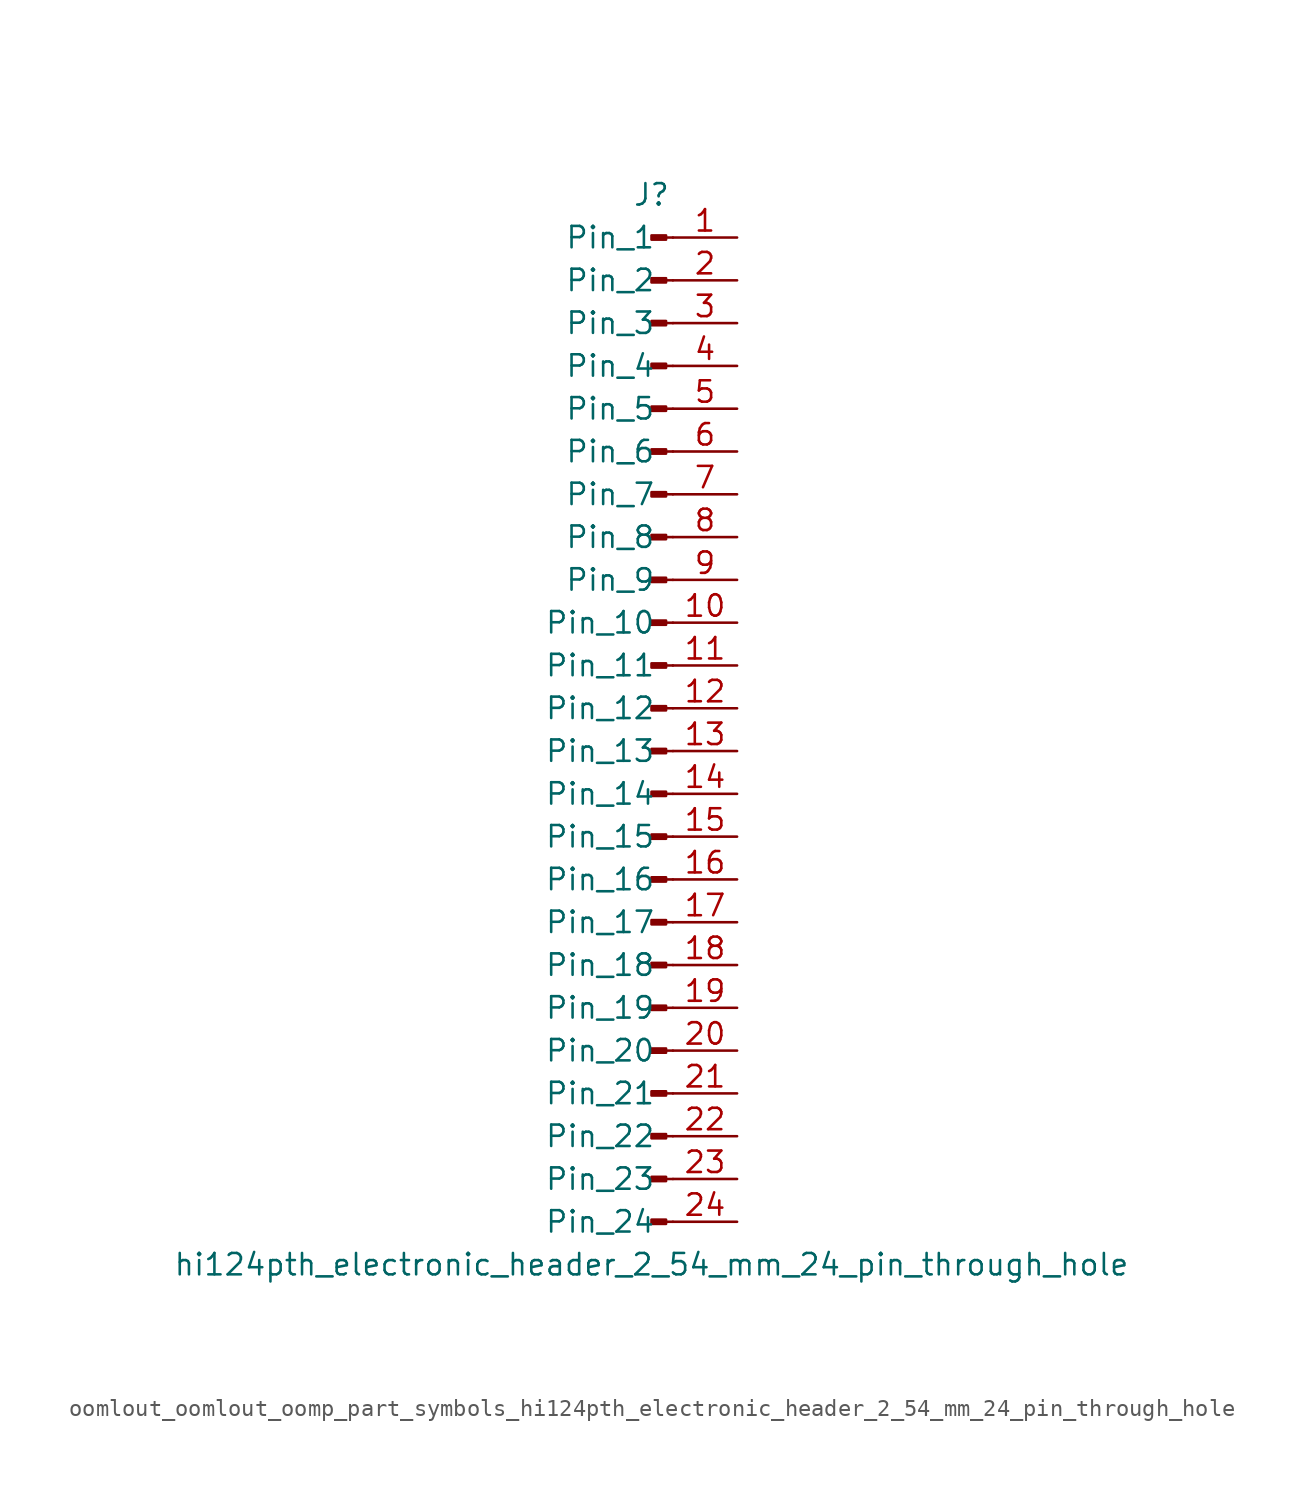
<source format=kicad_sym>
(kicad_symbol_lib
  (version 20220914)
  (generator kicad_symbol_editor)
  (symbol "oomlout_oomlout_oomp_part_symbols_hi124pth_electronic_header_2_54_mm_24_pin_through_hole"
    (pin_names
      (offset 1.016))
    (property "Reference" "J"
      (at 0 30.48 0)
      (effects (font (size 1.27 1.27))))
    (property "Value" "hi124pth_electronic_header_2_54_mm_24_pin_through_hole"
      (at 0 -33.02 0)
      (effects (font (size 1.27 1.27))))
    (property "ki_locked" ""
      (at 0 0 0)
      (effects (font (size 1.27 1.27))))
    (symbol "oomlout_oomlout_oomp_part_symbols_hi124pth_electronic_header_2_54_mm_24_pin_through_hole_1_1"
      (polyline (pts (xy 1.27 -30.48) (xy 0.864 -30.48)) (stroke (width 0.152) (type default)) (fill (type none)))
      (polyline (pts (xy 1.27 -27.94) (xy 0.864 -27.94)) (stroke (width 0.152) (type default)) (fill (type none)))
      (polyline (pts (xy 1.27 -25.4) (xy 0.864 -25.4)) (stroke (width 0.152) (type default)) (fill (type none)))
      (polyline (pts (xy 1.27 -22.86) (xy 0.864 -22.86)) (stroke (width 0.152) (type default)) (fill (type none)))
      (polyline (pts (xy 1.27 -20.32) (xy 0.864 -20.32)) (stroke (width 0.152) (type default)) (fill (type none)))
      (polyline (pts (xy 1.27 -17.78) (xy 0.864 -17.78)) (stroke (width 0.152) (type default)) (fill (type none)))
      (polyline (pts (xy 1.27 -15.24) (xy 0.864 -15.24)) (stroke (width 0.152) (type default)) (fill (type none)))
      (polyline (pts (xy 1.27 -12.7) (xy 0.864 -12.7)) (stroke (width 0.152) (type default)) (fill (type none)))
      (polyline (pts (xy 1.27 -10.16) (xy 0.864 -10.16)) (stroke (width 0.152) (type default)) (fill (type none)))
      (polyline (pts (xy 1.27 -7.62) (xy 0.864 -7.62)) (stroke (width 0.152) (type default)) (fill (type none)))
      (polyline (pts (xy 1.27 -5.08) (xy 0.864 -5.08)) (stroke (width 0.152) (type default)) (fill (type none)))
      (polyline (pts (xy 1.27 -2.54) (xy 0.864 -2.54)) (stroke (width 0.152) (type default)) (fill (type none)))
      (polyline (pts (xy 1.27 0) (xy 0.864 0)) (stroke (width 0.152) (type default)) (fill (type none)))
      (polyline (pts (xy 1.27 2.54) (xy 0.864 2.54)) (stroke (width 0.152) (type default)) (fill (type none)))
      (polyline (pts (xy 1.27 5.08) (xy 0.864 5.08)) (stroke (width 0.152) (type default)) (fill (type none)))
      (polyline (pts (xy 1.27 7.62) (xy 0.864 7.62)) (stroke (width 0.152) (type default)) (fill (type none)))
      (polyline (pts (xy 1.27 10.16) (xy 0.864 10.16)) (stroke (width 0.152) (type default)) (fill (type none)))
      (polyline (pts (xy 1.27 12.7) (xy 0.864 12.7)) (stroke (width 0.152) (type default)) (fill (type none)))
      (polyline (pts (xy 1.27 15.24) (xy 0.864 15.24)) (stroke (width 0.152) (type default)) (fill (type none)))
      (polyline (pts (xy 1.27 17.78) (xy 0.864 17.78)) (stroke (width 0.152) (type default)) (fill (type none)))
      (polyline (pts (xy 1.27 20.32) (xy 0.864 20.32)) (stroke (width 0.152) (type default)) (fill (type none)))
      (polyline (pts (xy 1.27 22.86) (xy 0.864 22.86)) (stroke (width 0.152) (type default)) (fill (type none)))
      (polyline (pts (xy 1.27 25.4) (xy 0.864 25.4)) (stroke (width 0.152) (type default)) (fill (type none)))
      (polyline (pts (xy 1.27 27.94) (xy 0.864 27.94)) (stroke (width 0.152) (type default)) (fill (type none)))
      (rectangle (start 0.864 -30.353) (end 0 -30.607) (stroke (width 0.152) (type default)) (fill (type outline)))
      (rectangle (start 0.864 -27.813) (end 0 -28.067) (stroke (width 0.152) (type default)) (fill (type outline)))
      (rectangle (start 0.864 -25.273) (end 0 -25.527) (stroke (width 0.152) (type default)) (fill (type outline)))
      (rectangle (start 0.864 -22.733) (end 0 -22.987) (stroke (width 0.152) (type default)) (fill (type outline)))
      (rectangle (start 0.864 -20.193) (end 0 -20.447) (stroke (width 0.152) (type default)) (fill (type outline)))
      (rectangle (start 0.864 -17.653) (end 0 -17.907) (stroke (width 0.152) (type default)) (fill (type outline)))
      (rectangle (start 0.864 -15.113) (end 0 -15.367) (stroke (width 0.152) (type default)) (fill (type outline)))
      (rectangle (start 0.864 -12.573) (end 0 -12.827) (stroke (width 0.152) (type default)) (fill (type outline)))
      (rectangle (start 0.864 -10.033) (end 0 -10.287) (stroke (width 0.152) (type default)) (fill (type outline)))
      (rectangle (start 0.864 -7.493) (end 0 -7.747) (stroke (width 0.152) (type default)) (fill (type outline)))
      (rectangle (start 0.864 -4.953) (end 0 -5.207) (stroke (width 0.152) (type default)) (fill (type outline)))
      (rectangle (start 0.864 -2.413) (end 0 -2.667) (stroke (width 0.152) (type default)) (fill (type outline)))
      (rectangle (start 0.864 0.127) (end 0 -0.127) (stroke (width 0.152) (type default)) (fill (type outline)))
      (rectangle (start 0.864 2.667) (end 0 2.413) (stroke (width 0.152) (type default)) (fill (type outline)))
      (rectangle (start 0.864 5.207) (end 0 4.953) (stroke (width 0.152) (type default)) (fill (type outline)))
      (rectangle (start 0.864 7.747) (end 0 7.493) (stroke (width 0.152) (type default)) (fill (type outline)))
      (rectangle (start 0.864 10.287) (end 0 10.033) (stroke (width 0.152) (type default)) (fill (type outline)))
      (rectangle (start 0.864 12.827) (end 0 12.573) (stroke (width 0.152) (type default)) (fill (type outline)))
      (rectangle (start 0.864 15.367) (end 0 15.113) (stroke (width 0.152) (type default)) (fill (type outline)))
      (rectangle (start 0.864 17.907) (end 0 17.653) (stroke (width 0.152) (type default)) (fill (type outline)))
      (rectangle (start 0.864 20.447) (end 0 20.193) (stroke (width 0.152) (type default)) (fill (type outline)))
      (rectangle (start 0.864 22.987) (end 0 22.733) (stroke (width 0.152) (type default)) (fill (type outline)))
      (rectangle (start 0.864 25.527) (end 0 25.273) (stroke (width 0.152) (type default)) (fill (type outline)))
      (rectangle (start 0.864 28.067) (end 0 27.813) (stroke (width 0.152) (type default)) (fill (type outline)))
      (pin passive line (at 5.08 27.94 180) (length 3.81) (name "Pin_1" (effects (font (size 1.27 1.27)))) (number "1" (effects (font (size 1.27 1.27)))))
      (pin passive line (at 5.08 5.08 180) (length 3.81) (name "Pin_10" (effects (font (size 1.27 1.27)))) (number "10" (effects (font (size 1.27 1.27)))))
      (pin passive line (at 5.08 2.54 180) (length 3.81) (name "Pin_11" (effects (font (size 1.27 1.27)))) (number "11" (effects (font (size 1.27 1.27)))))
      (pin passive line (at 5.08 0 180) (length 3.81) (name "Pin_12" (effects (font (size 1.27 1.27)))) (number "12" (effects (font (size 1.27 1.27)))))
      (pin passive line (at 5.08 -2.54 180) (length 3.81) (name "Pin_13" (effects (font (size 1.27 1.27)))) (number "13" (effects (font (size 1.27 1.27)))))
      (pin passive line (at 5.08 -5.08 180) (length 3.81) (name "Pin_14" (effects (font (size 1.27 1.27)))) (number "14" (effects (font (size 1.27 1.27)))))
      (pin passive line (at 5.08 -7.62 180) (length 3.81) (name "Pin_15" (effects (font (size 1.27 1.27)))) (number "15" (effects (font (size 1.27 1.27)))))
      (pin passive line (at 5.08 -10.16 180) (length 3.81) (name "Pin_16" (effects (font (size 1.27 1.27)))) (number "16" (effects (font (size 1.27 1.27)))))
      (pin passive line (at 5.08 -12.7 180) (length 3.81) (name "Pin_17" (effects (font (size 1.27 1.27)))) (number "17" (effects (font (size 1.27 1.27)))))
      (pin passive line (at 5.08 -15.24 180) (length 3.81) (name "Pin_18" (effects (font (size 1.27 1.27)))) (number "18" (effects (font (size 1.27 1.27)))))
      (pin passive line (at 5.08 -17.78 180) (length 3.81) (name "Pin_19" (effects (font (size 1.27 1.27)))) (number "19" (effects (font (size 1.27 1.27)))))
      (pin passive line (at 5.08 25.4 180) (length 3.81) (name "Pin_2" (effects (font (size 1.27 1.27)))) (number "2" (effects (font (size 1.27 1.27)))))
      (pin passive line (at 5.08 -20.32 180) (length 3.81) (name "Pin_20" (effects (font (size 1.27 1.27)))) (number "20" (effects (font (size 1.27 1.27)))))
      (pin passive line (at 5.08 -22.86 180) (length 3.81) (name "Pin_21" (effects (font (size 1.27 1.27)))) (number "21" (effects (font (size 1.27 1.27)))))
      (pin passive line (at 5.08 -25.4 180) (length 3.81) (name "Pin_22" (effects (font (size 1.27 1.27)))) (number "22" (effects (font (size 1.27 1.27)))))
      (pin passive line (at 5.08 -27.94 180) (length 3.81) (name "Pin_23" (effects (font (size 1.27 1.27)))) (number "23" (effects (font (size 1.27 1.27)))))
      (pin passive line (at 5.08 -30.48 180) (length 3.81) (name "Pin_24" (effects (font (size 1.27 1.27)))) (number "24" (effects (font (size 1.27 1.27)))))
      (pin passive line (at 5.08 22.86 180) (length 3.81) (name "Pin_3" (effects (font (size 1.27 1.27)))) (number "3" (effects (font (size 1.27 1.27)))))
      (pin passive line (at 5.08 20.32 180) (length 3.81) (name "Pin_4" (effects (font (size 1.27 1.27)))) (number "4" (effects (font (size 1.27 1.27)))))
      (pin passive line (at 5.08 17.78 180) (length 3.81) (name "Pin_5" (effects (font (size 1.27 1.27)))) (number "5" (effects (font (size 1.27 1.27)))))
      (pin passive line (at 5.08 15.24 180) (length 3.81) (name "Pin_6" (effects (font (size 1.27 1.27)))) (number "6" (effects (font (size 1.27 1.27)))))
      (pin passive line (at 5.08 12.7 180) (length 3.81) (name "Pin_7" (effects (font (size 1.27 1.27)))) (number "7" (effects (font (size 1.27 1.27)))))
      (pin passive line (at 5.08 10.16 180) (length 3.81) (name "Pin_8" (effects (font (size 1.27 1.27)))) (number "8" (effects (font (size 1.27 1.27)))))
      (pin passive line (at 5.08 7.62 180) (length 3.81) (name "Pin_9" (effects (font (size 1.27 1.27)))) (number "9" (effects (font (size 1.27 1.27))))))))
</source>
